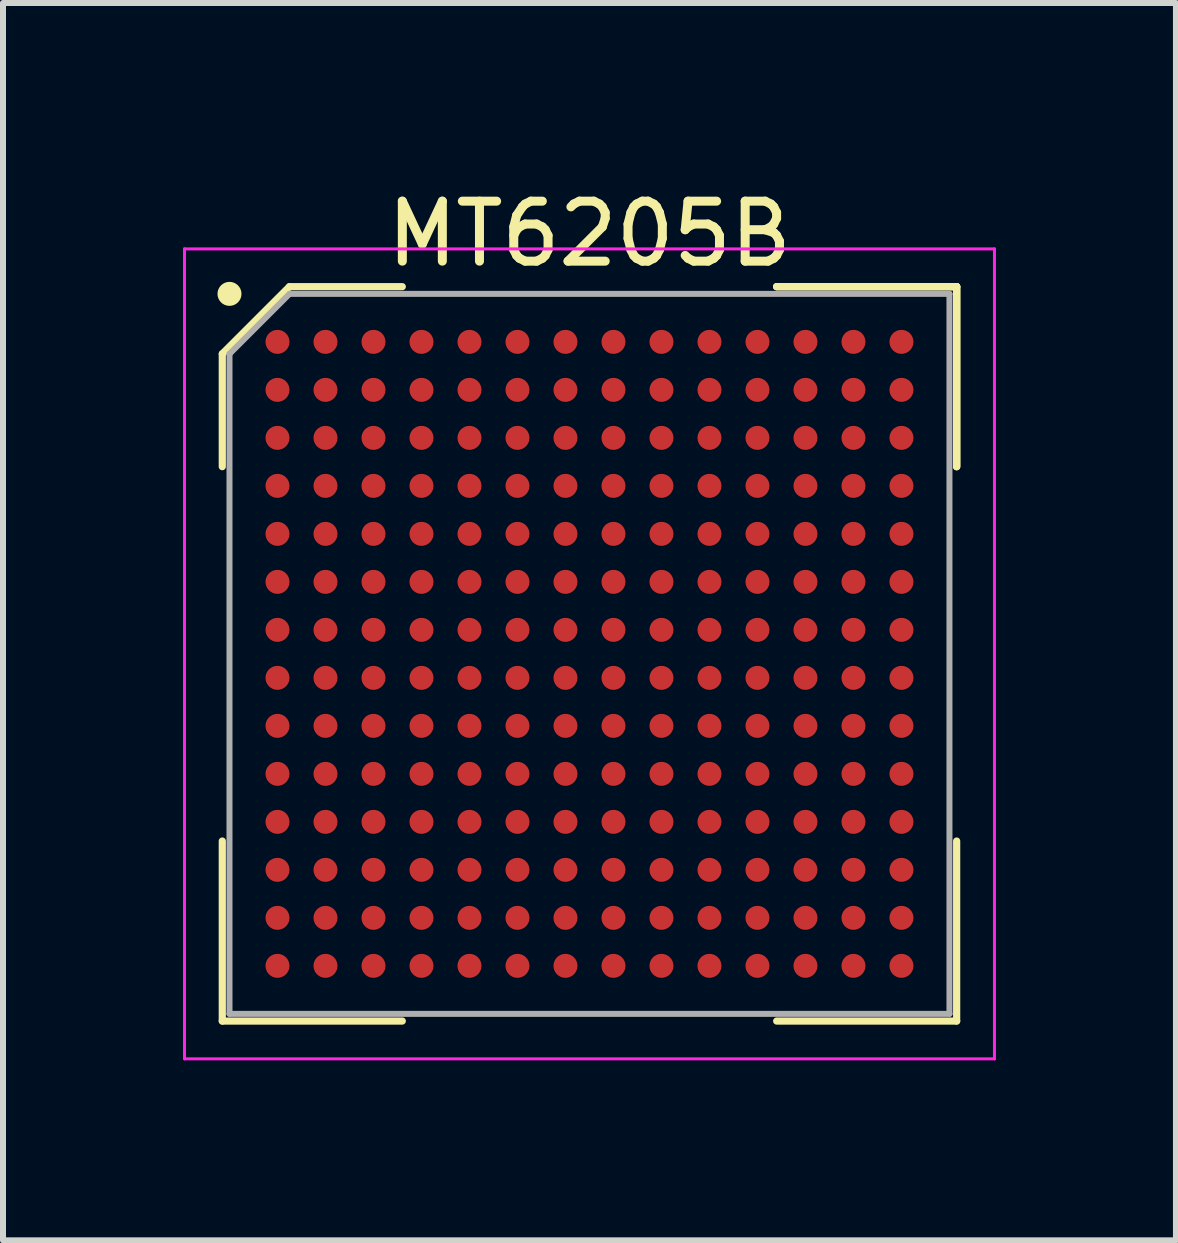
<source format=kicad_pcb>
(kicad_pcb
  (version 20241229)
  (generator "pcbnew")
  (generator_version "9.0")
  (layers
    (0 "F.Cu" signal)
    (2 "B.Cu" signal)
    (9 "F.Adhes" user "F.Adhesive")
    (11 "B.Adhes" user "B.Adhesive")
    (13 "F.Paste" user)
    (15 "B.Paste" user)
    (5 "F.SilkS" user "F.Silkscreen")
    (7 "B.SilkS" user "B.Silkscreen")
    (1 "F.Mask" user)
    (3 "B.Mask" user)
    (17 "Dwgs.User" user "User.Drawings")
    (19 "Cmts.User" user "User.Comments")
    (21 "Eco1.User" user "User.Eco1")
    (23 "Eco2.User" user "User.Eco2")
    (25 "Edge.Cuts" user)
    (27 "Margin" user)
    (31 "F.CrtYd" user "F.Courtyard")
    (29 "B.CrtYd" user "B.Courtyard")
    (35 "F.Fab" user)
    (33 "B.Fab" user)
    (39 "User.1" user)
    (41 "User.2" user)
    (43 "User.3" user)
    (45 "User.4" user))
  (footprint "MT6205B"
    (layer "F.Cu")
    (at 6.775 7.848)
    (property "Reference" "MT6205B" (at 0 -7 0) (layer "F.SilkS") (effects (font (size 1 1) (thickness 0.15))))
    (attr smd)
    (fp_line (start -6.12 -5) (end -6.12 -3.12) (stroke (width 0.12) (type solid)) (layer "F.SilkS"))
    (fp_line (start -6.12 6.12) (end -6.12 3.12) (stroke (width 0.12) (type solid)) (layer "F.SilkS"))
    (fp_line (start -5 -6.12) (end -6.12 -5) (stroke (width 0.12) (type solid)) (layer "F.SilkS"))
    (fp_line (start -3.12 -6.12) (end -5 -6.12) (stroke (width 0.12) (type solid)) (layer "F.SilkS"))
    (fp_line (start -3.12 6.12) (end -6.12 6.12) (stroke (width 0.12) (type solid)) (layer "F.SilkS"))
    (fp_line (start 3.12 -6.12) (end 6.12 -6.12) (stroke (width 0.12) (type solid)) (layer "F.SilkS"))
    (fp_line (start 3.12 -6.12) (end 6.12 -6.12) (stroke (width 0.12) (type solid)) (layer "F.SilkS"))
    (fp_line (start 3.12 -6.12) (end 6.12 -6.12) (stroke (width 0.12) (type solid)) (layer "F.SilkS"))
    (fp_line (start 3.12 6.12) (end 6.12 6.12) (stroke (width 0.12) (type solid)) (layer "F.SilkS"))
    (fp_line (start 6.12 -6.12) (end 6.12 -3.12) (stroke (width 0.12) (type solid)) (layer "F.SilkS"))
    (fp_line (start 6.12 -6.12) (end 6.12 -3.12) (stroke (width 0.12) (type solid)) (layer "F.SilkS"))
    (fp_line (start 6.12 -6.12) (end 6.12 -3.12) (stroke (width 0.12) (type solid)) (layer "F.SilkS"))
    (fp_line (start 6.12 6.12) (end 6.12 3.12) (stroke (width 0.12) (type solid)) (layer "F.SilkS"))
    (fp_circle (center -6 -6) (end -6 -5.9) (stroke (width 0.2) (type solid)) (fill no) (layer "F.SilkS"))
    (fp_line (start -6.75 -6.75) (end 6.75 -6.75) (stroke (width 0.05) (type solid)) (layer "F.CrtYd"))
    (fp_line (start -6.75 6.75) (end -6.75 -6.75) (stroke (width 0.05) (type solid)) (layer "F.CrtYd"))
    (fp_line (start 6.75 -6.75) (end 6.75 6.75) (stroke (width 0.05) (type solid)) (layer "F.CrtYd"))
    (fp_line (start 6.75 6.75) (end -6.75 6.75) (stroke (width 0.05) (type solid)) (layer "F.CrtYd"))
    (fp_line (start -6 -5) (end -6 6) (stroke (width 0.1) (type solid)) (layer "F.Fab"))
    (fp_line (start -6 6) (end 6 6) (stroke (width 0.1) (type solid)) (layer "F.Fab"))
    (fp_line (start -5 -6) (end -6 -5) (stroke (width 0.1) (type solid)) (layer "F.Fab"))
    (fp_line (start 6 -6) (end -5 -6) (stroke (width 0.1) (type solid)) (layer "F.Fab"))
    (fp_line (start 6 6) (end 6 -6) (stroke (width 0.1) (type solid)) (layer "F.Fab"))
    (pad "A1" smd circle (at -5.2 -5.2) (size 0.4 0.4) (layers "F.Cu" "F.Mask" "F.Paste"))
    (pad "A2" smd circle (at -4.4 -5.2) (size 0.4 0.4) (layers "F.Cu" "F.Mask" "F.Paste"))
    (pad "A3" smd circle (at -3.6 -5.2) (size 0.4 0.4) (layers "F.Cu" "F.Mask" "F.Paste"))
    (pad "A4" smd circle (at -2.8 -5.2) (size 0.4 0.4) (layers "F.Cu" "F.Mask" "F.Paste"))
    (pad "A5" smd circle (at -2 -5.2) (size 0.4 0.4) (layers "F.Cu" "F.Mask" "F.Paste"))
    (pad "A6" smd circle (at -1.2 -5.2) (size 0.4 0.4) (layers "F.Cu" "F.Mask" "F.Paste"))
    (pad "A7" smd circle (at -0.4 -5.2) (size 0.4 0.4) (layers "F.Cu" "F.Mask" "F.Paste"))
    (pad "A8" smd circle (at 0.4 -5.2) (size 0.4 0.4) (layers "F.Cu" "F.Mask" "F.Paste"))
    (pad "A9" smd circle (at 1.2 -5.2) (size 0.4 0.4) (layers "F.Cu" "F.Mask" "F.Paste"))
    (pad "A10" smd circle (at 2 -5.2) (size 0.4 0.4) (layers "F.Cu" "F.Mask" "F.Paste"))
    (pad "A11" smd circle (at 2.8 -5.2) (size 0.4 0.4) (layers "F.Cu" "F.Mask" "F.Paste"))
    (pad "A12" smd circle (at 3.6 -5.2) (size 0.4 0.4) (layers "F.Cu" "F.Mask" "F.Paste"))
    (pad "A13" smd circle (at 4.4 -5.2) (size 0.4 0.4) (layers "F.Cu" "F.Mask" "F.Paste"))
    (pad "A14" smd circle (at 5.2 -5.2) (size 0.4 0.4) (layers "F.Cu" "F.Mask" "F.Paste"))
    (pad "B1" smd circle (at -5.2 -4.4) (size 0.4 0.4) (layers "F.Cu" "F.Mask" "F.Paste"))
    (pad "B2" smd circle (at -4.4 -4.4) (size 0.4 0.4) (layers "F.Cu" "F.Mask" "F.Paste"))
    (pad "B3" smd circle (at -3.6 -4.4) (size 0.4 0.4) (layers "F.Cu" "F.Mask" "F.Paste"))
    (pad "B4" smd circle (at -2.8 -4.4) (size 0.4 0.4) (layers "F.Cu" "F.Mask" "F.Paste"))
    (pad "B5" smd circle (at -2 -4.4) (size 0.4 0.4) (layers "F.Cu" "F.Mask" "F.Paste"))
    (pad "B6" smd circle (at -1.2 -4.4) (size 0.4 0.4) (layers "F.Cu" "F.Mask" "F.Paste"))
    (pad "B7" smd circle (at -0.4 -4.4) (size 0.4 0.4) (layers "F.Cu" "F.Mask" "F.Paste"))
    (pad "B8" smd circle (at 0.4 -4.4) (size 0.4 0.4) (layers "F.Cu" "F.Mask" "F.Paste"))
    (pad "B9" smd circle (at 1.2 -4.4) (size 0.4 0.4) (layers "F.Cu" "F.Mask" "F.Paste"))
    (pad "B10" smd circle (at 2 -4.4) (size 0.4 0.4) (layers "F.Cu" "F.Mask" "F.Paste"))
    (pad "B11" smd circle (at 2.8 -4.4) (size 0.4 0.4) (layers "F.Cu" "F.Mask" "F.Paste"))
    (pad "B12" smd circle (at 3.6 -4.4) (size 0.4 0.4) (layers "F.Cu" "F.Mask" "F.Paste"))
    (pad "B13" smd circle (at 4.4 -4.4) (size 0.4 0.4) (layers "F.Cu" "F.Mask" "F.Paste"))
    (pad "B14" smd circle (at 5.2 -4.4) (size 0.4 0.4) (layers "F.Cu" "F.Mask" "F.Paste"))
    (pad "C1" smd circle (at -5.2 -3.6) (size 0.4 0.4) (layers "F.Cu" "F.Mask" "F.Paste"))
    (pad "C2" smd circle (at -4.4 -3.6) (size 0.4 0.4) (layers "F.Cu" "F.Mask" "F.Paste"))
    (pad "C3" smd circle (at -3.6 -3.6) (size 0.4 0.4) (layers "F.Cu" "F.Mask" "F.Paste"))
    (pad "C4" smd circle (at -2.8 -3.6) (size 0.4 0.4) (layers "F.Cu" "F.Mask" "F.Paste"))
    (pad "C5" smd circle (at -2 -3.6) (size 0.4 0.4) (layers "F.Cu" "F.Mask" "F.Paste"))
    (pad "C6" smd circle (at -1.2 -3.6) (size 0.4 0.4) (layers "F.Cu" "F.Mask" "F.Paste"))
    (pad "C7" smd circle (at -0.4 -3.6) (size 0.4 0.4) (layers "F.Cu" "F.Mask" "F.Paste"))
    (pad "C8" smd circle (at 0.4 -3.6) (size 0.4 0.4) (layers "F.Cu" "F.Mask" "F.Paste"))
    (pad "C9" smd circle (at 1.2 -3.6) (size 0.4 0.4) (layers "F.Cu" "F.Mask" "F.Paste"))
    (pad "C10" smd circle (at 2 -3.6) (size 0.4 0.4) (layers "F.Cu" "F.Mask" "F.Paste"))
    (pad "C11" smd circle (at 2.8 -3.6) (size 0.4 0.4) (layers "F.Cu" "F.Mask" "F.Paste"))
    (pad "C12" smd circle (at 3.6 -3.6) (size 0.4 0.4) (layers "F.Cu" "F.Mask" "F.Paste"))
    (pad "C13" smd circle (at 4.4 -3.6) (size 0.4 0.4) (layers "F.Cu" "F.Mask" "F.Paste"))
    (pad "C14" smd circle (at 5.2 -3.6) (size 0.4 0.4) (layers "F.Cu" "F.Mask" "F.Paste"))
    (pad "D1" smd circle (at -5.2 -2.8) (size 0.4 0.4) (layers "F.Cu" "F.Mask" "F.Paste"))
    (pad "D2" smd circle (at -4.4 -2.8) (size 0.4 0.4) (layers "F.Cu" "F.Mask" "F.Paste"))
    (pad "D3" smd circle (at -3.6 -2.8) (size 0.4 0.4) (layers "F.Cu" "F.Mask" "F.Paste"))
    (pad "D4" smd circle (at -2.8 -2.8) (size 0.4 0.4) (layers "F.Cu" "F.Mask" "F.Paste"))
    (pad "D5" smd circle (at -2 -2.8) (size 0.4 0.4) (layers "F.Cu" "F.Mask" "F.Paste"))
    (pad "D6" smd circle (at -1.2 -2.8) (size 0.4 0.4) (layers "F.Cu" "F.Mask" "F.Paste"))
    (pad "D7" smd circle (at -0.4 -2.8) (size 0.4 0.4) (layers "F.Cu" "F.Mask" "F.Paste"))
    (pad "D8" smd circle (at 0.4 -2.8) (size 0.4 0.4) (layers "F.Cu" "F.Mask" "F.Paste"))
    (pad "D9" smd circle (at 1.2 -2.8) (size 0.4 0.4) (layers "F.Cu" "F.Mask" "F.Paste"))
    (pad "D10" smd circle (at 2 -2.8) (size 0.4 0.4) (layers "F.Cu" "F.Mask" "F.Paste"))
    (pad "D11" smd circle (at 2.8 -2.8) (size 0.4 0.4) (layers "F.Cu" "F.Mask" "F.Paste"))
    (pad "D12" smd circle (at 3.6 -2.8) (size 0.4 0.4) (layers "F.Cu" "F.Mask" "F.Paste"))
    (pad "D13" smd circle (at 4.4 -2.8) (size 0.4 0.4) (layers "F.Cu" "F.Mask" "F.Paste"))
    (pad "D14" smd circle (at 5.2 -2.8) (size 0.4 0.4) (layers "F.Cu" "F.Mask" "F.Paste"))
    (pad "E1" smd circle (at -5.2 -2) (size 0.4 0.4) (layers "F.Cu" "F.Mask" "F.Paste"))
    (pad "E2" smd circle (at -4.4 -2) (size 0.4 0.4) (layers "F.Cu" "F.Mask" "F.Paste"))
    (pad "E3" smd circle (at -3.6 -2) (size 0.4 0.4) (layers "F.Cu" "F.Mask" "F.Paste"))
    (pad "E4" smd circle (at -2.8 -2) (size 0.4 0.4) (layers "F.Cu" "F.Mask" "F.Paste"))
    (pad "E5" smd circle (at -2 -2) (size 0.4 0.4) (layers "F.Cu" "F.Mask" "F.Paste"))
    (pad "E6" smd circle (at -1.2 -2) (size 0.4 0.4) (layers "F.Cu" "F.Mask" "F.Paste"))
    (pad "E7" smd circle (at -0.4 -2) (size 0.4 0.4) (layers "F.Cu" "F.Mask" "F.Paste"))
    (pad "E8" smd circle (at 0.4 -2) (size 0.4 0.4) (layers "F.Cu" "F.Mask" "F.Paste"))
    (pad "E9" smd circle (at 1.2 -2) (size 0.4 0.4) (layers "F.Cu" "F.Mask" "F.Paste"))
    (pad "E10" smd circle (at 2 -2) (size 0.4 0.4) (layers "F.Cu" "F.Mask" "F.Paste"))
    (pad "E11" smd circle (at 2.8 -2) (size 0.4 0.4) (layers "F.Cu" "F.Mask" "F.Paste"))
    (pad "E12" smd circle (at 3.6 -2) (size 0.4 0.4) (layers "F.Cu" "F.Mask" "F.Paste"))
    (pad "E13" smd circle (at 4.4 -2) (size 0.4 0.4) (layers "F.Cu" "F.Mask" "F.Paste"))
    (pad "E14" smd circle (at 5.2 -2) (size 0.4 0.4) (layers "F.Cu" "F.Mask" "F.Paste"))
    (pad "F1" smd circle (at -5.2 -1.2) (size 0.4 0.4) (layers "F.Cu" "F.Mask" "F.Paste"))
    (pad "F2" smd circle (at -4.4 -1.2) (size 0.4 0.4) (layers "F.Cu" "F.Mask" "F.Paste"))
    (pad "F3" smd circle (at -3.6 -1.2) (size 0.4 0.4) (layers "F.Cu" "F.Mask" "F.Paste"))
    (pad "F4" smd circle (at -2.8 -1.2) (size 0.4 0.4) (layers "F.Cu" "F.Mask" "F.Paste"))
    (pad "F5" smd circle (at -2 -1.2) (size 0.4 0.4) (layers "F.Cu" "F.Mask" "F.Paste"))
    (pad "F6" smd circle (at -1.2 -1.2) (size 0.4 0.4) (layers "F.Cu" "F.Mask" "F.Paste"))
    (pad "F7" smd circle (at -0.4 -1.2) (size 0.4 0.4) (layers "F.Cu" "F.Mask" "F.Paste"))
    (pad "F8" smd circle (at 0.4 -1.2) (size 0.4 0.4) (layers "F.Cu" "F.Mask" "F.Paste"))
    (pad "F9" smd circle (at 1.2 -1.2) (size 0.4 0.4) (layers "F.Cu" "F.Mask" "F.Paste"))
    (pad "F10" smd circle (at 2 -1.2) (size 0.4 0.4) (layers "F.Cu" "F.Mask" "F.Paste"))
    (pad "F11" smd circle (at 2.8 -1.2) (size 0.4 0.4) (layers "F.Cu" "F.Mask" "F.Paste"))
    (pad "F12" smd circle (at 3.6 -1.2) (size 0.4 0.4) (layers "F.Cu" "F.Mask" "F.Paste"))
    (pad "F13" smd circle (at 4.4 -1.2) (size 0.4 0.4) (layers "F.Cu" "F.Mask" "F.Paste"))
    (pad "F14" smd circle (at 5.2 -1.2) (size 0.4 0.4) (layers "F.Cu" "F.Mask" "F.Paste"))
    (pad "G1" smd circle (at -5.2 -0.4) (size 0.4 0.4) (layers "F.Cu" "F.Mask" "F.Paste"))
    (pad "G2" smd circle (at -4.4 -0.4) (size 0.4 0.4) (layers "F.Cu" "F.Mask" "F.Paste"))
    (pad "G3" smd circle (at -3.6 -0.4) (size 0.4 0.4) (layers "F.Cu" "F.Mask" "F.Paste"))
    (pad "G4" smd circle (at -2.8 -0.4) (size 0.4 0.4) (layers "F.Cu" "F.Mask" "F.Paste"))
    (pad "G5" smd circle (at -2 -0.4) (size 0.4 0.4) (layers "F.Cu" "F.Mask" "F.Paste"))
    (pad "G6" smd circle (at -1.2 -0.4) (size 0.4 0.4) (layers "F.Cu" "F.Mask" "F.Paste"))
    (pad "G7" smd circle (at -0.4 -0.4) (size 0.4 0.4) (layers "F.Cu" "F.Mask" "F.Paste"))
    (pad "G8" smd circle (at 0.4 -0.4) (size 0.4 0.4) (layers "F.Cu" "F.Mask" "F.Paste"))
    (pad "G9" smd circle (at 1.2 -0.4) (size 0.4 0.4) (layers "F.Cu" "F.Mask" "F.Paste"))
    (pad "G10" smd circle (at 2 -0.4) (size 0.4 0.4) (layers "F.Cu" "F.Mask" "F.Paste"))
    (pad "G11" smd circle (at 2.8 -0.4) (size 0.4 0.4) (layers "F.Cu" "F.Mask" "F.Paste"))
    (pad "G12" smd circle (at 3.6 -0.4) (size 0.4 0.4) (layers "F.Cu" "F.Mask" "F.Paste"))
    (pad "G13" smd circle (at 4.4 -0.4) (size 0.4 0.4) (layers "F.Cu" "F.Mask" "F.Paste"))
    (pad "G14" smd circle (at 5.2 -0.4) (size 0.4 0.4) (layers "F.Cu" "F.Mask" "F.Paste"))
    (pad "H1" smd circle (at -5.2 0.4) (size 0.4 0.4) (layers "F.Cu" "F.Mask" "F.Paste"))
    (pad "H2" smd circle (at -4.4 0.4) (size 0.4 0.4) (layers "F.Cu" "F.Mask" "F.Paste"))
    (pad "H3" smd circle (at -3.6 0.4) (size 0.4 0.4) (layers "F.Cu" "F.Mask" "F.Paste"))
    (pad "H4" smd circle (at -2.8 0.4) (size 0.4 0.4) (layers "F.Cu" "F.Mask" "F.Paste"))
    (pad "H5" smd circle (at -2 0.4) (size 0.4 0.4) (layers "F.Cu" "F.Mask" "F.Paste"))
    (pad "H6" smd circle (at -1.2 0.4) (size 0.4 0.4) (layers "F.Cu" "F.Mask" "F.Paste"))
    (pad "H7" smd circle (at -0.4 0.4) (size 0.4 0.4) (layers "F.Cu" "F.Mask" "F.Paste"))
    (pad "H8" smd circle (at 0.4 0.4) (size 0.4 0.4) (layers "F.Cu" "F.Mask" "F.Paste"))
    (pad "H9" smd circle (at 1.2 0.4) (size 0.4 0.4) (layers "F.Cu" "F.Mask" "F.Paste"))
    (pad "H10" smd circle (at 2 0.4) (size 0.4 0.4) (layers "F.Cu" "F.Mask" "F.Paste"))
    (pad "H11" smd circle (at 2.8 0.4) (size 0.4 0.4) (layers "F.Cu" "F.Mask" "F.Paste"))
    (pad "H12" smd circle (at 3.6 0.4) (size 0.4 0.4) (layers "F.Cu" "F.Mask" "F.Paste"))
    (pad "H13" smd circle (at 4.4 0.4) (size 0.4 0.4) (layers "F.Cu" "F.Mask" "F.Paste"))
    (pad "H14" smd circle (at 5.2 0.4) (size 0.4 0.4) (layers "F.Cu" "F.Mask" "F.Paste"))
    (pad "J1" smd circle (at -5.2 1.2) (size 0.4 0.4) (layers "F.Cu" "F.Mask" "F.Paste"))
    (pad "J2" smd circle (at -4.4 1.2) (size 0.4 0.4) (layers "F.Cu" "F.Mask" "F.Paste"))
    (pad "J3" smd circle (at -3.6 1.2) (size 0.4 0.4) (layers "F.Cu" "F.Mask" "F.Paste"))
    (pad "J4" smd circle (at -2.8 1.2) (size 0.4 0.4) (layers "F.Cu" "F.Mask" "F.Paste"))
    (pad "J5" smd circle (at -2 1.2) (size 0.4 0.4) (layers "F.Cu" "F.Mask" "F.Paste"))
    (pad "J6" smd circle (at -1.2 1.2) (size 0.4 0.4) (layers "F.Cu" "F.Mask" "F.Paste"))
    (pad "J7" smd circle (at -0.4 1.2) (size 0.4 0.4) (layers "F.Cu" "F.Mask" "F.Paste"))
    (pad "J8" smd circle (at 0.4 1.2) (size 0.4 0.4) (layers "F.Cu" "F.Mask" "F.Paste"))
    (pad "J9" smd circle (at 1.2 1.2) (size 0.4 0.4) (layers "F.Cu" "F.Mask" "F.Paste"))
    (pad "J10" smd circle (at 2 1.2) (size 0.4 0.4) (layers "F.Cu" "F.Mask" "F.Paste"))
    (pad "J11" smd circle (at 2.8 1.2) (size 0.4 0.4) (layers "F.Cu" "F.Mask" "F.Paste"))
    (pad "J12" smd circle (at 3.6 1.2) (size 0.4 0.4) (layers "F.Cu" "F.Mask" "F.Paste"))
    (pad "J13" smd circle (at 4.4 1.2) (size 0.4 0.4) (layers "F.Cu" "F.Mask" "F.Paste"))
    (pad "J14" smd circle (at 5.2 1.2) (size 0.4 0.4) (layers "F.Cu" "F.Mask" "F.Paste"))
    (pad "K1" smd circle (at -5.2 2) (size 0.4 0.4) (layers "F.Cu" "F.Mask" "F.Paste"))
    (pad "K2" smd circle (at -4.4 2) (size 0.4 0.4) (layers "F.Cu" "F.Mask" "F.Paste"))
    (pad "K3" smd circle (at -3.6 2) (size 0.4 0.4) (layers "F.Cu" "F.Mask" "F.Paste"))
    (pad "K4" smd circle (at -2.8 2) (size 0.4 0.4) (layers "F.Cu" "F.Mask" "F.Paste"))
    (pad "K5" smd circle (at -2 2) (size 0.4 0.4) (layers "F.Cu" "F.Mask" "F.Paste"))
    (pad "K6" smd circle (at -1.2 2) (size 0.4 0.4) (layers "F.Cu" "F.Mask" "F.Paste"))
    (pad "K7" smd circle (at -0.4 2) (size 0.4 0.4) (layers "F.Cu" "F.Mask" "F.Paste"))
    (pad "K8" smd circle (at 0.4 2) (size 0.4 0.4) (layers "F.Cu" "F.Mask" "F.Paste"))
    (pad "K9" smd circle (at 1.2 2) (size 0.4 0.4) (layers "F.Cu" "F.Mask" "F.Paste"))
    (pad "K10" smd circle (at 2 2) (size 0.4 0.4) (layers "F.Cu" "F.Mask" "F.Paste"))
    (pad "K11" smd circle (at 2.8 2) (size 0.4 0.4) (layers "F.Cu" "F.Mask" "F.Paste"))
    (pad "K12" smd circle (at 3.6 2) (size 0.4 0.4) (layers "F.Cu" "F.Mask" "F.Paste"))
    (pad "K13" smd circle (at 4.4 2) (size 0.4 0.4) (layers "F.Cu" "F.Mask" "F.Paste"))
    (pad "K14" smd circle (at 5.2 2) (size 0.4 0.4) (layers "F.Cu" "F.Mask" "F.Paste"))
    (pad "L1" smd circle (at -5.2 2.8) (size 0.4 0.4) (layers "F.Cu" "F.Mask" "F.Paste"))
    (pad "L2" smd circle (at -4.4 2.8) (size 0.4 0.4) (layers "F.Cu" "F.Mask" "F.Paste"))
    (pad "L3" smd circle (at -3.6 2.8) (size 0.4 0.4) (layers "F.Cu" "F.Mask" "F.Paste"))
    (pad "L4" smd circle (at -2.8 2.8) (size 0.4 0.4) (layers "F.Cu" "F.Mask" "F.Paste"))
    (pad "L5" smd circle (at -2 2.8) (size 0.4 0.4) (layers "F.Cu" "F.Mask" "F.Paste"))
    (pad "L6" smd circle (at -1.2 2.8) (size 0.4 0.4) (layers "F.Cu" "F.Mask" "F.Paste"))
    (pad "L7" smd circle (at -0.4 2.8) (size 0.4 0.4) (layers "F.Cu" "F.Mask" "F.Paste"))
    (pad "L8" smd circle (at 0.4 2.8) (size 0.4 0.4) (layers "F.Cu" "F.Mask" "F.Paste"))
    (pad "L9" smd circle (at 1.2 2.8) (size 0.4 0.4) (layers "F.Cu" "F.Mask" "F.Paste"))
    (pad "L10" smd circle (at 2 2.8) (size 0.4 0.4) (layers "F.Cu" "F.Mask" "F.Paste"))
    (pad "L11" smd circle (at 2.8 2.8) (size 0.4 0.4) (layers "F.Cu" "F.Mask" "F.Paste"))
    (pad "L12" smd circle (at 3.6 2.8) (size 0.4 0.4) (layers "F.Cu" "F.Mask" "F.Paste"))
    (pad "L13" smd circle (at 4.4 2.8) (size 0.4 0.4) (layers "F.Cu" "F.Mask" "F.Paste"))
    (pad "L14" smd circle (at 5.2 2.8) (size 0.4 0.4) (layers "F.Cu" "F.Mask" "F.Paste"))
    (pad "M1" smd circle (at -5.2 3.6) (size 0.4 0.4) (layers "F.Cu" "F.Mask" "F.Paste"))
    (pad "M2" smd circle (at -4.4 3.6) (size 0.4 0.4) (layers "F.Cu" "F.Mask" "F.Paste"))
    (pad "M3" smd circle (at -3.6 3.6) (size 0.4 0.4) (layers "F.Cu" "F.Mask" "F.Paste"))
    (pad "M4" smd circle (at -2.8 3.6) (size 0.4 0.4) (layers "F.Cu" "F.Mask" "F.Paste"))
    (pad "M5" smd circle (at -2 3.6) (size 0.4 0.4) (layers "F.Cu" "F.Mask" "F.Paste"))
    (pad "M6" smd circle (at -1.2 3.6) (size 0.4 0.4) (layers "F.Cu" "F.Mask" "F.Paste"))
    (pad "M7" smd circle (at -0.4 3.6) (size 0.4 0.4) (layers "F.Cu" "F.Mask" "F.Paste"))
    (pad "M8" smd circle (at 0.4 3.6) (size 0.4 0.4) (layers "F.Cu" "F.Mask" "F.Paste"))
    (pad "M9" smd circle (at 1.2 3.6) (size 0.4 0.4) (layers "F.Cu" "F.Mask" "F.Paste"))
    (pad "M10" smd circle (at 2 3.6) (size 0.4 0.4) (layers "F.Cu" "F.Mask" "F.Paste"))
    (pad "M11" smd circle (at 2.8 3.6) (size 0.4 0.4) (layers "F.Cu" "F.Mask" "F.Paste"))
    (pad "M12" smd circle (at 3.6 3.6) (size 0.4 0.4) (layers "F.Cu" "F.Mask" "F.Paste"))
    (pad "M13" smd circle (at 4.4 3.6) (size 0.4 0.4) (layers "F.Cu" "F.Mask" "F.Paste"))
    (pad "M14" smd circle (at 5.2 3.6) (size 0.4 0.4) (layers "F.Cu" "F.Mask" "F.Paste"))
    (pad "N1" smd circle (at -5.2 4.4) (size 0.4 0.4) (layers "F.Cu" "F.Mask" "F.Paste"))
    (pad "N2" smd circle (at -4.4 4.4) (size 0.4 0.4) (layers "F.Cu" "F.Mask" "F.Paste"))
    (pad "N3" smd circle (at -3.6 4.4) (size 0.4 0.4) (layers "F.Cu" "F.Mask" "F.Paste"))
    (pad "N4" smd circle (at -2.8 4.4) (size 0.4 0.4) (layers "F.Cu" "F.Mask" "F.Paste"))
    (pad "N5" smd circle (at -2 4.4) (size 0.4 0.4) (layers "F.Cu" "F.Mask" "F.Paste"))
    (pad "N6" smd circle (at -1.2 4.4) (size 0.4 0.4) (layers "F.Cu" "F.Mask" "F.Paste"))
    (pad "N7" smd circle (at -0.4 4.4) (size 0.4 0.4) (layers "F.Cu" "F.Mask" "F.Paste"))
    (pad "N8" smd circle (at 0.4 4.4) (size 0.4 0.4) (layers "F.Cu" "F.Mask" "F.Paste"))
    (pad "N9" smd circle (at 1.2 4.4) (size 0.4 0.4) (layers "F.Cu" "F.Mask" "F.Paste"))
    (pad "N10" smd circle (at 2 4.4) (size 0.4 0.4) (layers "F.Cu" "F.Mask" "F.Paste"))
    (pad "N11" smd circle (at 2.8 4.4) (size 0.4 0.4) (layers "F.Cu" "F.Mask" "F.Paste"))
    (pad "N12" smd circle (at 3.6 4.4) (size 0.4 0.4) (layers "F.Cu" "F.Mask" "F.Paste"))
    (pad "N13" smd circle (at 4.4 4.4) (size 0.4 0.4) (layers "F.Cu" "F.Mask" "F.Paste"))
    (pad "N14" smd circle (at 5.2 4.4) (size 0.4 0.4) (layers "F.Cu" "F.Mask" "F.Paste"))
    (pad "P1" smd circle (at -5.2 5.2) (size 0.4 0.4) (layers "F.Cu" "F.Mask" "F.Paste"))
    (pad "P2" smd circle (at -4.4 5.2) (size 0.4 0.4) (layers "F.Cu" "F.Mask" "F.Paste"))
    (pad "P3" smd circle (at -3.6 5.2) (size 0.4 0.4) (layers "F.Cu" "F.Mask" "F.Paste"))
    (pad "P4" smd circle (at -2.8 5.2) (size 0.4 0.4) (layers "F.Cu" "F.Mask" "F.Paste"))
    (pad "P5" smd circle (at -2 5.2) (size 0.4 0.4) (layers "F.Cu" "F.Mask" "F.Paste"))
    (pad "P6" smd circle (at -1.2 5.2) (size 0.4 0.4) (layers "F.Cu" "F.Mask" "F.Paste"))
    (pad "P7" smd circle (at -0.4 5.2) (size 0.4 0.4) (layers "F.Cu" "F.Mask" "F.Paste"))
    (pad "P8" smd circle (at 0.4 5.2) (size 0.4 0.4) (layers "F.Cu" "F.Mask" "F.Paste"))
    (pad "P9" smd circle (at 1.2 5.2) (size 0.4 0.4) (layers "F.Cu" "F.Mask" "F.Paste"))
    (pad "P10" smd circle (at 2 5.2) (size 0.4 0.4) (layers "F.Cu" "F.Mask" "F.Paste"))
    (pad "P11" smd circle (at 2.8 5.2) (size 0.4 0.4) (layers "F.Cu" "F.Mask" "F.Paste"))
    (pad "P12" smd circle (at 3.6 5.2) (size 0.4 0.4) (layers "F.Cu" "F.Mask" "F.Paste"))
    (pad "P13" smd circle (at 4.4 5.2) (size 0.4 0.4) (layers "F.Cu" "F.Mask" "F.Paste"))
    (pad "P14" smd circle (at 5.2 5.2) (size 0.4 0.4) (layers "F.Cu" "F.Mask" "F.Paste")))
  (gr_rect
    (start -3 -3)
    (end 16.55 17.623)
    (stroke (width 0.1) (type default))
    (fill no)
    (layer "Edge.Cuts")))
</source>
